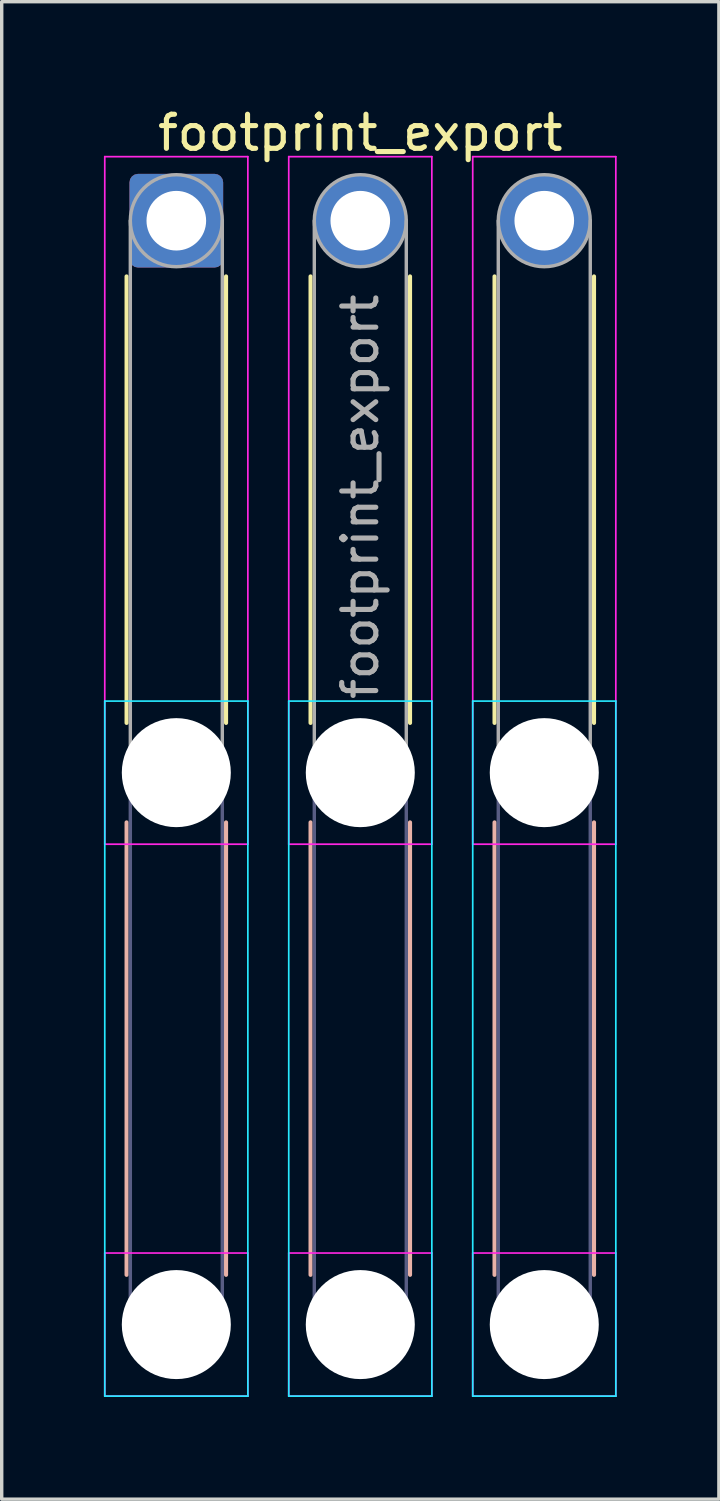
<source format=kicad_pcb>
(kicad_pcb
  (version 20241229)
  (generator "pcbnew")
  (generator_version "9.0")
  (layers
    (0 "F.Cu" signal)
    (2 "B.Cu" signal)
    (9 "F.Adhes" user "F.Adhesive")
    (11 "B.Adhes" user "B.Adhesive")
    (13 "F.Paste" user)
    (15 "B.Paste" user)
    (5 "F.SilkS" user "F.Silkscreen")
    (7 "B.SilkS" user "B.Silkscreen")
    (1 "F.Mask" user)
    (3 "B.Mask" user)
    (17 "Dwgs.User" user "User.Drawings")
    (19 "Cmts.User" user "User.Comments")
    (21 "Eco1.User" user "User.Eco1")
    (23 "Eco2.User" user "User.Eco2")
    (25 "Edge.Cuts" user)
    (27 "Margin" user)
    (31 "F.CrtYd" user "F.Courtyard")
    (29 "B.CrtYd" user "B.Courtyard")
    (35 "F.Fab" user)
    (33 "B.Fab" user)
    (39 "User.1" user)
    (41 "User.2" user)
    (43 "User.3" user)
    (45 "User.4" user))
  (footprint "footprint_export"
    (layer "F.Cu")
    (at 2.125 3.428)
    (property "Reference" "footprint_export" (at 5.4 -2.58 0) (layer "F.SilkS") (effects (font (size 1 1) (thickness 0.15))))
    (attr exclude_from_pos_files exclude_from_bom)
    (fp_line (start -1.46 1.635) (end -1.46 14.74) (stroke (width 0.12) (type solid)) (layer "F.SilkS"))
    (fp_line (start 1.46 1.635) (end 1.46 14.74) (stroke (width 0.12) (type solid)) (layer "F.SilkS"))
    (fp_line (start 3.94 1.635) (end 3.94 14.74) (stroke (width 0.12) (type solid)) (layer "F.SilkS"))
    (fp_line (start 6.86 1.635) (end 6.86 14.74) (stroke (width 0.12) (type solid)) (layer "F.SilkS"))
    (fp_line (start 9.34 1.635) (end 9.34 14.74) (stroke (width 0.12) (type solid)) (layer "F.SilkS"))
    (fp_line (start 12.26 1.635) (end 12.26 14.74) (stroke (width 0.12) (type solid)) (layer "F.SilkS"))
    (fp_line (start -1.46 17.66) (end -1.46 30.94) (stroke (width 0.12) (type solid)) (layer "B.SilkS"))
    (fp_line (start 1.46 17.66) (end 1.46 30.94) (stroke (width 0.12) (type solid)) (layer "B.SilkS"))
    (fp_line (start 3.94 17.66) (end 3.94 30.94) (stroke (width 0.12) (type solid)) (layer "B.SilkS"))
    (fp_line (start 6.86 17.66) (end 6.86 30.94) (stroke (width 0.12) (type solid)) (layer "B.SilkS"))
    (fp_line (start 9.34 17.66) (end 9.34 30.94) (stroke (width 0.12) (type solid)) (layer "B.SilkS"))
    (fp_line (start 12.26 17.66) (end 12.26 30.94) (stroke (width 0.12) (type solid)) (layer "B.SilkS"))
    (fp_line (start -2.1 14.1) (end -2.1 34.5) (stroke (width 0.05) (type solid)) (layer "B.CrtYd"))
    (fp_line (start -2.1 34.5) (end 2.1 34.5) (stroke (width 0.05) (type solid)) (layer "B.CrtYd"))
    (fp_line (start 2.1 14.1) (end -2.1 14.1) (stroke (width 0.05) (type solid)) (layer "B.CrtYd"))
    (fp_line (start 2.1 34.5) (end 2.1 14.1) (stroke (width 0.05) (type solid)) (layer "B.CrtYd"))
    (fp_line (start 3.3 14.1) (end 3.3 34.5) (stroke (width 0.05) (type solid)) (layer "B.CrtYd"))
    (fp_line (start 3.3 34.5) (end 7.5 34.5) (stroke (width 0.05) (type solid)) (layer "B.CrtYd"))
    (fp_line (start 7.5 14.1) (end 3.3 14.1) (stroke (width 0.05) (type solid)) (layer "B.CrtYd"))
    (fp_line (start 7.5 34.5) (end 7.5 14.1) (stroke (width 0.05) (type solid)) (layer "B.CrtYd"))
    (fp_line (start 8.7 14.1) (end 8.7 34.5) (stroke (width 0.05) (type solid)) (layer "B.CrtYd"))
    (fp_line (start 8.7 34.5) (end 12.9 34.5) (stroke (width 0.05) (type solid)) (layer "B.CrtYd"))
    (fp_line (start 12.9 14.1) (end 8.7 14.1) (stroke (width 0.05) (type solid)) (layer "B.CrtYd"))
    (fp_line (start 12.9 34.5) (end 12.9 14.1) (stroke (width 0.05) (type solid)) (layer "B.CrtYd"))
    (fp_line (start -2.1 -1.88) (end -2.1 18.3) (stroke (width 0.05) (type solid)) (layer "F.CrtYd"))
    (fp_line (start -2.1 18.3) (end 2.1 18.3) (stroke (width 0.05) (type solid)) (layer "F.CrtYd"))
    (fp_line (start -2.1 30.3) (end -2.1 34.5) (stroke (width 0.05) (type solid)) (layer "F.CrtYd"))
    (fp_line (start -2.1 34.5) (end 2.1 34.5) (stroke (width 0.05) (type solid)) (layer "F.CrtYd"))
    (fp_line (start 2.1 -1.88) (end -2.1 -1.88) (stroke (width 0.05) (type solid)) (layer "F.CrtYd"))
    (fp_line (start 2.1 18.3) (end 2.1 -1.88) (stroke (width 0.05) (type solid)) (layer "F.CrtYd"))
    (fp_line (start 2.1 30.3) (end -2.1 30.3) (stroke (width 0.05) (type solid)) (layer "F.CrtYd"))
    (fp_line (start 2.1 34.5) (end 2.1 30.3) (stroke (width 0.05) (type solid)) (layer "F.CrtYd"))
    (fp_line (start 3.3 -1.88) (end 3.3 18.3) (stroke (width 0.05) (type solid)) (layer "F.CrtYd"))
    (fp_line (start 3.3 18.3) (end 7.5 18.3) (stroke (width 0.05) (type solid)) (layer "F.CrtYd"))
    (fp_line (start 3.3 30.3) (end 3.3 34.5) (stroke (width 0.05) (type solid)) (layer "F.CrtYd"))
    (fp_line (start 3.3 34.5) (end 7.5 34.5) (stroke (width 0.05) (type solid)) (layer "F.CrtYd"))
    (fp_line (start 7.5 -1.88) (end 3.3 -1.88) (stroke (width 0.05) (type solid)) (layer "F.CrtYd"))
    (fp_line (start 7.5 18.3) (end 7.5 -1.88) (stroke (width 0.05) (type solid)) (layer "F.CrtYd"))
    (fp_line (start 7.5 30.3) (end 3.3 30.3) (stroke (width 0.05) (type solid)) (layer "F.CrtYd"))
    (fp_line (start 7.5 34.5) (end 7.5 30.3) (stroke (width 0.05) (type solid)) (layer "F.CrtYd"))
    (fp_line (start 8.7 -1.88) (end 8.7 18.3) (stroke (width 0.05) (type solid)) (layer "F.CrtYd"))
    (fp_line (start 8.7 18.3) (end 12.9 18.3) (stroke (width 0.05) (type solid)) (layer "F.CrtYd"))
    (fp_line (start 8.7 30.3) (end 8.7 34.5) (stroke (width 0.05) (type solid)) (layer "F.CrtYd"))
    (fp_line (start 8.7 34.5) (end 12.9 34.5) (stroke (width 0.05) (type solid)) (layer "F.CrtYd"))
    (fp_line (start 12.9 -1.88) (end 8.7 -1.88) (stroke (width 0.05) (type solid)) (layer "F.CrtYd"))
    (fp_line (start 12.9 18.3) (end 12.9 -1.88) (stroke (width 0.05) (type solid)) (layer "F.CrtYd"))
    (fp_line (start 12.9 30.3) (end 8.7 30.3) (stroke (width 0.05) (type solid)) (layer "F.CrtYd"))
    (fp_line (start 12.9 34.5) (end 12.9 30.3) (stroke (width 0.05) (type solid)) (layer "F.CrtYd"))
    (fp_line (start -1.35 16.2) (end -1.35 32.4) (stroke (width 0.1) (type solid)) (layer "B.Fab"))
    (fp_line (start 1.35 16.2) (end 1.35 32.4) (stroke (width 0.1) (type solid)) (layer "B.Fab"))
    (fp_line (start 4.05 16.2) (end 4.05 32.4) (stroke (width 0.1) (type solid)) (layer "B.Fab"))
    (fp_line (start 6.75 16.2) (end 6.75 32.4) (stroke (width 0.1) (type solid)) (layer "B.Fab"))
    (fp_line (start 9.45 16.2) (end 9.45 32.4) (stroke (width 0.1) (type solid)) (layer "B.Fab"))
    (fp_line (start 12.15 16.2) (end 12.15 32.4) (stroke (width 0.1) (type solid)) (layer "B.Fab"))
    (fp_circle (center 0 16.2) (end 1.35 16.2) (stroke (width 0.1) (type solid)) (fill no) (layer "B.Fab"))
    (fp_circle (center 0 32.4) (end 1.35 32.4) (stroke (width 0.1) (type solid)) (fill no) (layer "B.Fab"))
    (fp_circle (center 5.4 16.2) (end 6.75 16.2) (stroke (width 0.1) (type solid)) (fill no) (layer "B.Fab"))
    (fp_circle (center 5.4 32.4) (end 6.75 32.4) (stroke (width 0.1) (type solid)) (fill no) (layer "B.Fab"))
    (fp_circle (center 10.8 16.2) (end 12.15 16.2) (stroke (width 0.1) (type solid)) (fill no) (layer "B.Fab"))
    (fp_circle (center 10.8 32.4) (end 12.15 32.4) (stroke (width 0.1) (type solid)) (fill no) (layer "B.Fab"))
    (fp_line (start -1.35 0) (end -1.35 16.2) (stroke (width 0.1) (type solid)) (layer "F.Fab"))
    (fp_line (start 1.35 0) (end 1.35 16.2) (stroke (width 0.1) (type solid)) (layer "F.Fab"))
    (fp_line (start 4.05 0) (end 4.05 16.2) (stroke (width 0.1) (type solid)) (layer "F.Fab"))
    (fp_line (start 6.75 0) (end 6.75 16.2) (stroke (width 0.1) (type solid)) (layer "F.Fab"))
    (fp_line (start 9.45 0) (end 9.45 16.2) (stroke (width 0.1) (type solid)) (layer "F.Fab"))
    (fp_line (start 12.15 0) (end 12.15 16.2) (stroke (width 0.1) (type solid)) (layer "F.Fab"))
    (fp_circle (center 0 0) (end 1.35 0) (stroke (width 0.1) (type solid)) (fill no) (layer "F.Fab"))
    (fp_circle (center 0 16.2) (end 1.35 16.2) (stroke (width 0.1) (type solid)) (fill no) (layer "F.Fab"))
    (fp_circle (center 0 32.4) (end 1.35 32.4) (stroke (width 0.1) (type solid)) (fill no) (layer "F.Fab"))
    (fp_circle (center 5.4 0) (end 6.75 0) (stroke (width 0.1) (type solid)) (fill no) (layer "F.Fab"))
    (fp_circle (center 5.4 16.2) (end 6.75 16.2) (stroke (width 0.1) (type solid)) (fill no) (layer "F.Fab"))
    (fp_circle (center 5.4 32.4) (end 6.75 32.4) (stroke (width 0.1) (type solid)) (fill no) (layer "F.Fab"))
    (fp_circle (center 10.8 0) (end 12.15 0) (stroke (width 0.1) (type solid)) (fill no) (layer "F.Fab"))
    (fp_circle (center 10.8 16.2) (end 12.15 16.2) (stroke (width 0.1) (type solid)) (fill no) (layer "F.Fab"))
    (fp_circle (center 10.8 32.4) (end 12.15 32.4) (stroke (width 0.1) (type solid)) (fill no) (layer "F.Fab"))
    (fp_text user "${REFERENCE}" (at 5.4 8.1 90) (layer "F.Fab") (effects (font (size 1 1) (thickness 0.15))))
    (pad "" np_thru_hole circle (at 0 16.2) (size 3.2 3.2) (drill 3.2) (layers "*.Cu" "*.Mask"))
    (pad "" np_thru_hole circle (at 0 32.4) (size 3.2 3.2) (drill 3.2) (layers "*.Cu" "*.Mask"))
    (pad "" np_thru_hole circle (at 5.4 16.2) (size 3.2 3.2) (drill 3.2) (layers "*.Cu" "*.Mask"))
    (pad "" np_thru_hole circle (at 5.4 32.4) (size 3.2 3.2) (drill 3.2) (layers "*.Cu" "*.Mask"))
    (pad "" np_thru_hole circle (at 10.8 16.2) (size 3.2 3.2) (drill 3.2) (layers "*.Cu" "*.Mask"))
    (pad "" np_thru_hole circle (at 10.8 32.4) (size 3.2 3.2) (drill 3.2) (layers "*.Cu" "*.Mask"))
    (pad "1" thru_hole roundrect (at 0 0) (size 2.75 2.75) (drill 1.75) (layers "*.Cu" "*.Mask") (roundrect_rratio 0.091))
    (pad "2" thru_hole circle (at 5.4 0) (size 2.75 2.75) (drill 1.75) (layers "*.Cu" "*.Mask"))
    (pad "3" thru_hole circle (at 10.8 0) (size 2.75 2.75) (drill 1.75) (layers "*.Cu" "*.Mask")))
  (gr_rect
    (start -3 -3)
    (end 18.05 40.953)
    (stroke (width 0.1) (type default))
    (fill no)
    (layer "Edge.Cuts")))
</source>
